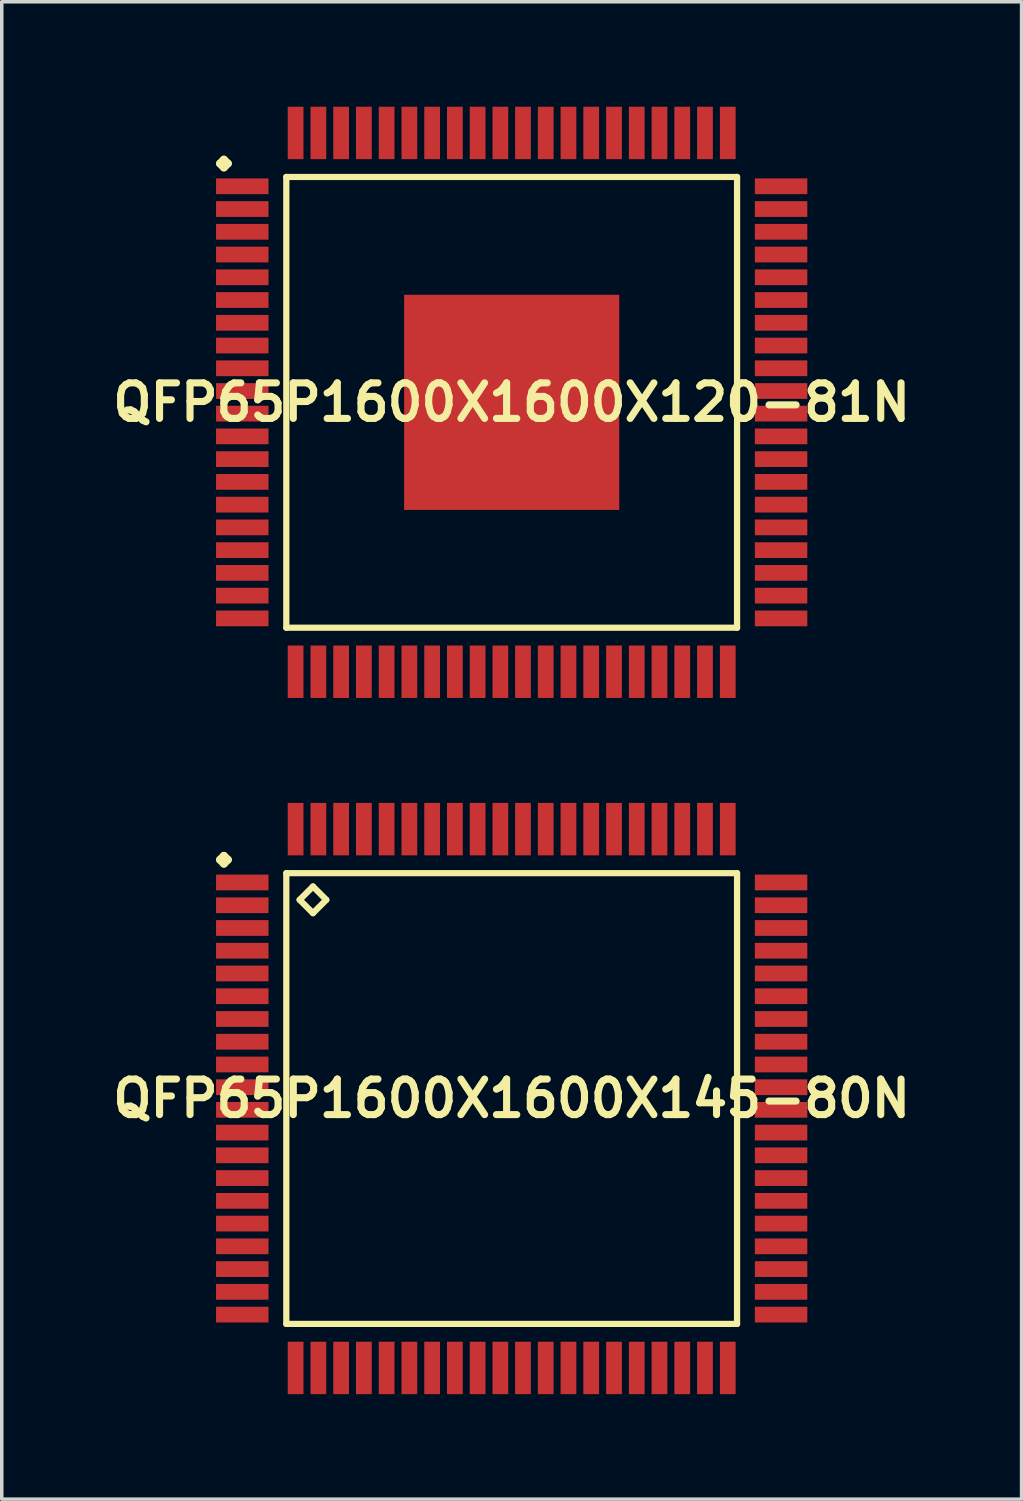
<source format=kicad_pcb>
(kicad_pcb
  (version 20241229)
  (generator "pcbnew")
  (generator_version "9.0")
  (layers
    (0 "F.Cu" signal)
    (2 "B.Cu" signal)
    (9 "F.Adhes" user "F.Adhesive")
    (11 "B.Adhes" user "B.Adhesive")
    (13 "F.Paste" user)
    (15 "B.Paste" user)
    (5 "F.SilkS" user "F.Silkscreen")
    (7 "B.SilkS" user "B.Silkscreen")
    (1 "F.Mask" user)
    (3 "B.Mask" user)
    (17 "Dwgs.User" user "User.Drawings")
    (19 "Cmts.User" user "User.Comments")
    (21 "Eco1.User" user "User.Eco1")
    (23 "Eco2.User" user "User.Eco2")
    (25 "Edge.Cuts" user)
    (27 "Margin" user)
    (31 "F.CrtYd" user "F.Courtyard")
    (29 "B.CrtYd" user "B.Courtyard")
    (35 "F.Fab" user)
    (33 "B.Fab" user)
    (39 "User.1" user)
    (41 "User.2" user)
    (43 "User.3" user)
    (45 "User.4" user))
  (footprint "QFP65P1600X1600X145-80N"
    (layer "F.Cu")
    (at 11.573 28.344)
    (property "Reference" "QFP65P1600X1600X145-80N" (at 0 0 0) (layer "F.SilkS") (effects (font (size 1.016 1.016) (thickness 0.203))))
    (attr smd)
    (fp_line (start -8.336 -6.825) (end -8.225 -6.937) (stroke (width 0.224) (type solid)) (layer "F.SilkS"))
    (fp_line (start -8.225 -6.937) (end -8.11 -6.825) (stroke (width 0.224) (type solid)) (layer "F.SilkS"))
    (fp_line (start -8.225 -6.711) (end -8.336 -6.825) (stroke (width 0.224) (type solid)) (layer "F.SilkS"))
    (fp_line (start -8.11 -6.825) (end -8.225 -6.711) (stroke (width 0.224) (type solid)) (layer "F.SilkS"))
    (fp_line (start -6.441 -6.441) (end -6.441 6.441) (stroke (width 0.178) (type solid)) (layer "F.SilkS"))
    (fp_line (start -6.441 6.441) (end 6.441 6.441) (stroke (width 0.178) (type solid)) (layer "F.SilkS"))
    (fp_line (start -6.06 -5.679) (end -5.679 -6.06) (stroke (width 0.178) (type solid)) (layer "F.SilkS"))
    (fp_line (start -5.679 -6.06) (end -5.298 -5.679) (stroke (width 0.178) (type solid)) (layer "F.SilkS"))
    (fp_line (start -5.679 -5.298) (end -6.06 -5.679) (stroke (width 0.178) (type solid)) (layer "F.SilkS"))
    (fp_line (start -5.298 -5.679) (end -5.679 -5.298) (stroke (width 0.178) (type solid)) (layer "F.SilkS"))
    (fp_line (start 6.441 -6.441) (end -6.441 -6.441) (stroke (width 0.178) (type solid)) (layer "F.SilkS"))
    (fp_line (start 6.441 6.441) (end 6.441 -6.441) (stroke (width 0.178) (type solid)) (layer "F.SilkS"))
    (pad "1" smd rect (at -7.699 -6.175) (size 1.499 0.45) (layers "F.Cu" "F.Mask" "F.Paste"))
    (pad "2" smd rect (at -7.699 -5.524) (size 1.499 0.45) (layers "F.Cu" "F.Mask" "F.Paste"))
    (pad "3" smd rect (at -7.699 -4.874) (size 1.499 0.45) (layers "F.Cu" "F.Mask" "F.Paste"))
    (pad "4" smd rect (at -7.699 -4.224) (size 1.499 0.45) (layers "F.Cu" "F.Mask" "F.Paste"))
    (pad "5" smd rect (at -7.699 -3.574) (size 1.499 0.45) (layers "F.Cu" "F.Mask" "F.Paste"))
    (pad "6" smd rect (at -7.699 -2.924) (size 1.499 0.45) (layers "F.Cu" "F.Mask" "F.Paste"))
    (pad "7" smd rect (at -7.699 -2.273) (size 1.499 0.45) (layers "F.Cu" "F.Mask" "F.Paste"))
    (pad "8" smd rect (at -7.699 -1.623) (size 1.499 0.45) (layers "F.Cu" "F.Mask" "F.Paste"))
    (pad "9" smd rect (at -7.699 -0.973) (size 1.499 0.45) (layers "F.Cu" "F.Mask" "F.Paste"))
    (pad "10" smd rect (at -7.699 -0.323) (size 1.499 0.45) (layers "F.Cu" "F.Mask" "F.Paste"))
    (pad "11" smd rect (at -7.699 0.323) (size 1.499 0.45) (layers "F.Cu" "F.Mask" "F.Paste"))
    (pad "12" smd rect (at -7.699 0.973) (size 1.499 0.45) (layers "F.Cu" "F.Mask" "F.Paste"))
    (pad "13" smd rect (at -7.699 1.623) (size 1.499 0.45) (layers "F.Cu" "F.Mask" "F.Paste"))
    (pad "14" smd rect (at -7.699 2.273) (size 1.499 0.45) (layers "F.Cu" "F.Mask" "F.Paste"))
    (pad "15" smd rect (at -7.699 2.924) (size 1.499 0.45) (layers "F.Cu" "F.Mask" "F.Paste"))
    (pad "16" smd rect (at -7.699 3.574) (size 1.499 0.45) (layers "F.Cu" "F.Mask" "F.Paste"))
    (pad "17" smd rect (at -7.699 4.224) (size 1.499 0.45) (layers "F.Cu" "F.Mask" "F.Paste"))
    (pad "18" smd rect (at -7.699 4.874) (size 1.499 0.45) (layers "F.Cu" "F.Mask" "F.Paste"))
    (pad "19" smd rect (at -7.699 5.524) (size 1.499 0.45) (layers "F.Cu" "F.Mask" "F.Paste"))
    (pad "20" smd rect (at -7.699 6.175) (size 1.499 0.45) (layers "F.Cu" "F.Mask" "F.Paste"))
    (pad "21" smd rect (at -6.175 7.699) (size 0.45 1.499) (layers "F.Cu" "F.Mask" "F.Paste"))
    (pad "22" smd rect (at -5.524 7.699) (size 0.45 1.499) (layers "F.Cu" "F.Mask" "F.Paste"))
    (pad "23" smd rect (at -4.874 7.699) (size 0.45 1.499) (layers "F.Cu" "F.Mask" "F.Paste"))
    (pad "24" smd rect (at -4.224 7.699) (size 0.45 1.499) (layers "F.Cu" "F.Mask" "F.Paste"))
    (pad "25" smd rect (at -3.574 7.699) (size 0.45 1.499) (layers "F.Cu" "F.Mask" "F.Paste"))
    (pad "26" smd rect (at -2.924 7.699) (size 0.45 1.499) (layers "F.Cu" "F.Mask" "F.Paste"))
    (pad "27" smd rect (at -2.273 7.699) (size 0.45 1.499) (layers "F.Cu" "F.Mask" "F.Paste"))
    (pad "28" smd rect (at -1.623 7.699) (size 0.45 1.499) (layers "F.Cu" "F.Mask" "F.Paste"))
    (pad "29" smd rect (at -0.973 7.699) (size 0.45 1.499) (layers "F.Cu" "F.Mask" "F.Paste"))
    (pad "30" smd rect (at -0.323 7.699) (size 0.45 1.499) (layers "F.Cu" "F.Mask" "F.Paste"))
    (pad "31" smd rect (at 0.323 7.699) (size 0.45 1.499) (layers "F.Cu" "F.Mask" "F.Paste"))
    (pad "32" smd rect (at 0.973 7.699) (size 0.45 1.499) (layers "F.Cu" "F.Mask" "F.Paste"))
    (pad "33" smd rect (at 1.623 7.699) (size 0.45 1.499) (layers "F.Cu" "F.Mask" "F.Paste"))
    (pad "34" smd rect (at 2.273 7.699) (size 0.45 1.499) (layers "F.Cu" "F.Mask" "F.Paste"))
    (pad "35" smd rect (at 2.924 7.699) (size 0.45 1.499) (layers "F.Cu" "F.Mask" "F.Paste"))
    (pad "36" smd rect (at 3.574 7.699) (size 0.45 1.499) (layers "F.Cu" "F.Mask" "F.Paste"))
    (pad "37" smd rect (at 4.224 7.699) (size 0.45 1.499) (layers "F.Cu" "F.Mask" "F.Paste"))
    (pad "38" smd rect (at 4.874 7.699) (size 0.45 1.499) (layers "F.Cu" "F.Mask" "F.Paste"))
    (pad "39" smd rect (at 5.524 7.699) (size 0.45 1.499) (layers "F.Cu" "F.Mask" "F.Paste"))
    (pad "40" smd rect (at 6.175 7.699) (size 0.45 1.499) (layers "F.Cu" "F.Mask" "F.Paste"))
    (pad "41" smd rect (at 7.699 6.175) (size 1.499 0.45) (layers "F.Cu" "F.Mask" "F.Paste"))
    (pad "42" smd rect (at 7.699 5.524) (size 1.499 0.45) (layers "F.Cu" "F.Mask" "F.Paste"))
    (pad "43" smd rect (at 7.699 4.874) (size 1.499 0.45) (layers "F.Cu" "F.Mask" "F.Paste"))
    (pad "44" smd rect (at 7.699 4.224) (size 1.499 0.45) (layers "F.Cu" "F.Mask" "F.Paste"))
    (pad "45" smd rect (at 7.699 3.574) (size 1.499 0.45) (layers "F.Cu" "F.Mask" "F.Paste"))
    (pad "46" smd rect (at 7.699 2.924) (size 1.499 0.45) (layers "F.Cu" "F.Mask" "F.Paste"))
    (pad "47" smd rect (at 7.699 2.273) (size 1.499 0.45) (layers "F.Cu" "F.Mask" "F.Paste"))
    (pad "48" smd rect (at 7.699 1.623) (size 1.499 0.45) (layers "F.Cu" "F.Mask" "F.Paste"))
    (pad "49" smd rect (at 7.699 0.973) (size 1.499 0.45) (layers "F.Cu" "F.Mask" "F.Paste"))
    (pad "50" smd rect (at 7.699 0.323) (size 1.499 0.45) (layers "F.Cu" "F.Mask" "F.Paste"))
    (pad "51" smd rect (at 7.699 -0.323) (size 1.499 0.45) (layers "F.Cu" "F.Mask" "F.Paste"))
    (pad "52" smd rect (at 7.699 -0.973) (size 1.499 0.45) (layers "F.Cu" "F.Mask" "F.Paste"))
    (pad "53" smd rect (at 7.699 -1.623) (size 1.499 0.45) (layers "F.Cu" "F.Mask" "F.Paste"))
    (pad "54" smd rect (at 7.699 -2.273) (size 1.499 0.45) (layers "F.Cu" "F.Mask" "F.Paste"))
    (pad "55" smd rect (at 7.699 -2.924) (size 1.499 0.45) (layers "F.Cu" "F.Mask" "F.Paste"))
    (pad "56" smd rect (at 7.699 -3.574) (size 1.499 0.45) (layers "F.Cu" "F.Mask" "F.Paste"))
    (pad "57" smd rect (at 7.699 -4.224) (size 1.499 0.45) (layers "F.Cu" "F.Mask" "F.Paste"))
    (pad "58" smd rect (at 7.699 -4.874) (size 1.499 0.45) (layers "F.Cu" "F.Mask" "F.Paste"))
    (pad "59" smd rect (at 7.699 -5.524) (size 1.499 0.45) (layers "F.Cu" "F.Mask" "F.Paste"))
    (pad "60" smd rect (at 7.699 -6.175) (size 1.499 0.45) (layers "F.Cu" "F.Mask" "F.Paste"))
    (pad "61" smd rect (at 6.175 -7.699) (size 0.45 1.499) (layers "F.Cu" "F.Mask" "F.Paste"))
    (pad "62" smd rect (at 5.524 -7.699) (size 0.45 1.499) (layers "F.Cu" "F.Mask" "F.Paste"))
    (pad "63" smd rect (at 4.874 -7.699) (size 0.45 1.499) (layers "F.Cu" "F.Mask" "F.Paste"))
    (pad "64" smd rect (at 4.224 -7.699) (size 0.45 1.499) (layers "F.Cu" "F.Mask" "F.Paste"))
    (pad "65" smd rect (at 3.574 -7.699) (size 0.45 1.499) (layers "F.Cu" "F.Mask" "F.Paste"))
    (pad "66" smd rect (at 2.924 -7.699) (size 0.45 1.499) (layers "F.Cu" "F.Mask" "F.Paste"))
    (pad "67" smd rect (at 2.273 -7.699) (size 0.45 1.499) (layers "F.Cu" "F.Mask" "F.Paste"))
    (pad "68" smd rect (at 1.623 -7.699) (size 0.45 1.499) (layers "F.Cu" "F.Mask" "F.Paste"))
    (pad "69" smd rect (at 0.973 -7.699) (size 0.45 1.499) (layers "F.Cu" "F.Mask" "F.Paste"))
    (pad "70" smd rect (at 0.323 -7.699) (size 0.45 1.499) (layers "F.Cu" "F.Mask" "F.Paste"))
    (pad "71" smd rect (at -0.323 -7.699) (size 0.45 1.499) (layers "F.Cu" "F.Mask" "F.Paste"))
    (pad "72" smd rect (at -0.973 -7.699) (size 0.45 1.499) (layers "F.Cu" "F.Mask" "F.Paste"))
    (pad "73" smd rect (at -1.623 -7.699) (size 0.45 1.499) (layers "F.Cu" "F.Mask" "F.Paste"))
    (pad "74" smd rect (at -2.273 -7.699) (size 0.45 1.499) (layers "F.Cu" "F.Mask" "F.Paste"))
    (pad "75" smd rect (at -2.924 -7.699) (size 0.45 1.499) (layers "F.Cu" "F.Mask" "F.Paste"))
    (pad "76" smd rect (at -3.574 -7.699) (size 0.45 1.499) (layers "F.Cu" "F.Mask" "F.Paste"))
    (pad "77" smd rect (at -4.224 -7.699) (size 0.45 1.499) (layers "F.Cu" "F.Mask" "F.Paste"))
    (pad "78" smd rect (at -4.874 -7.699) (size 0.45 1.499) (layers "F.Cu" "F.Mask" "F.Paste"))
    (pad "79" smd rect (at -5.524 -7.699) (size 0.45 1.499) (layers "F.Cu" "F.Mask" "F.Paste"))
    (pad "80" smd rect (at -6.175 -7.699) (size 0.45 1.499) (layers "F.Cu" "F.Mask" "F.Paste")))
  (footprint "QFP65P1600X1600X120-81N"
    (layer "F.Cu")
    (at 11.573 8.448)
    (property "Reference" "QFP65P1600X1600X120-81N" (at 0 0 0) (layer "F.SilkS") (effects (font (size 1.016 1.016) (thickness 0.203))))
    (attr smd)
    (fp_line (start -8.336 -6.825) (end -8.225 -6.937) (stroke (width 0.224) (type solid)) (layer "F.SilkS"))
    (fp_line (start -8.225 -6.937) (end -8.11 -6.825) (stroke (width 0.224) (type solid)) (layer "F.SilkS"))
    (fp_line (start -8.225 -6.711) (end -8.336 -6.825) (stroke (width 0.224) (type solid)) (layer "F.SilkS"))
    (fp_line (start -8.11 -6.825) (end -8.225 -6.711) (stroke (width 0.224) (type solid)) (layer "F.SilkS"))
    (fp_line (start -6.441 -6.441) (end -6.441 6.441) (stroke (width 0.178) (type solid)) (layer "F.SilkS"))
    (fp_line (start -6.441 6.441) (end 6.441 6.441) (stroke (width 0.178) (type solid)) (layer "F.SilkS"))
    (fp_line (start 6.441 -6.441) (end -6.441 -6.441) (stroke (width 0.178) (type solid)) (layer "F.SilkS"))
    (fp_line (start 6.441 6.441) (end 6.441 -6.441) (stroke (width 0.178) (type solid)) (layer "F.SilkS"))
    (pad "1" smd rect (at -7.699 -6.175) (size 1.499 0.45) (layers "F.Cu" "F.Mask" "F.Paste"))
    (pad "2" smd rect (at -7.699 -5.524) (size 1.499 0.45) (layers "F.Cu" "F.Mask" "F.Paste"))
    (pad "3" smd rect (at -7.699 -4.874) (size 1.499 0.45) (layers "F.Cu" "F.Mask" "F.Paste"))
    (pad "4" smd rect (at -7.699 -4.224) (size 1.499 0.45) (layers "F.Cu" "F.Mask" "F.Paste"))
    (pad "5" smd rect (at -7.699 -3.574) (size 1.499 0.45) (layers "F.Cu" "F.Mask" "F.Paste"))
    (pad "6" smd rect (at -7.699 -2.924) (size 1.499 0.45) (layers "F.Cu" "F.Mask" "F.Paste"))
    (pad "7" smd rect (at -7.699 -2.273) (size 1.499 0.45) (layers "F.Cu" "F.Mask" "F.Paste"))
    (pad "8" smd rect (at -7.699 -1.623) (size 1.499 0.45) (layers "F.Cu" "F.Mask" "F.Paste"))
    (pad "9" smd rect (at -7.699 -0.973) (size 1.499 0.45) (layers "F.Cu" "F.Mask" "F.Paste"))
    (pad "10" smd rect (at -7.699 -0.323) (size 1.499 0.45) (layers "F.Cu" "F.Mask" "F.Paste"))
    (pad "11" smd rect (at -7.699 0.323) (size 1.499 0.45) (layers "F.Cu" "F.Mask" "F.Paste"))
    (pad "12" smd rect (at -7.699 0.973) (size 1.499 0.45) (layers "F.Cu" "F.Mask" "F.Paste"))
    (pad "13" smd rect (at -7.699 1.623) (size 1.499 0.45) (layers "F.Cu" "F.Mask" "F.Paste"))
    (pad "14" smd rect (at -7.699 2.273) (size 1.499 0.45) (layers "F.Cu" "F.Mask" "F.Paste"))
    (pad "15" smd rect (at -7.699 2.924) (size 1.499 0.45) (layers "F.Cu" "F.Mask" "F.Paste"))
    (pad "16" smd rect (at -7.699 3.574) (size 1.499 0.45) (layers "F.Cu" "F.Mask" "F.Paste"))
    (pad "17" smd rect (at -7.699 4.224) (size 1.499 0.45) (layers "F.Cu" "F.Mask" "F.Paste"))
    (pad "18" smd rect (at -7.699 4.874) (size 1.499 0.45) (layers "F.Cu" "F.Mask" "F.Paste"))
    (pad "19" smd rect (at -7.699 5.524) (size 1.499 0.45) (layers "F.Cu" "F.Mask" "F.Paste"))
    (pad "20" smd rect (at -7.699 6.175) (size 1.499 0.45) (layers "F.Cu" "F.Mask" "F.Paste"))
    (pad "21" smd rect (at -6.175 7.699) (size 0.45 1.499) (layers "F.Cu" "F.Mask" "F.Paste"))
    (pad "22" smd rect (at -5.524 7.699) (size 0.45 1.499) (layers "F.Cu" "F.Mask" "F.Paste"))
    (pad "23" smd rect (at -4.874 7.699) (size 0.45 1.499) (layers "F.Cu" "F.Mask" "F.Paste"))
    (pad "24" smd rect (at -4.224 7.699) (size 0.45 1.499) (layers "F.Cu" "F.Mask" "F.Paste"))
    (pad "25" smd rect (at -3.574 7.699) (size 0.45 1.499) (layers "F.Cu" "F.Mask" "F.Paste"))
    (pad "26" smd rect (at -2.924 7.699) (size 0.45 1.499) (layers "F.Cu" "F.Mask" "F.Paste"))
    (pad "27" smd rect (at -2.273 7.699) (size 0.45 1.499) (layers "F.Cu" "F.Mask" "F.Paste"))
    (pad "28" smd rect (at -1.623 7.699) (size 0.45 1.499) (layers "F.Cu" "F.Mask" "F.Paste"))
    (pad "29" smd rect (at -0.973 7.699) (size 0.45 1.499) (layers "F.Cu" "F.Mask" "F.Paste"))
    (pad "30" smd rect (at -0.323 7.699) (size 0.45 1.499) (layers "F.Cu" "F.Mask" "F.Paste"))
    (pad "31" smd rect (at 0.323 7.699) (size 0.45 1.499) (layers "F.Cu" "F.Mask" "F.Paste"))
    (pad "32" smd rect (at 0.973 7.699) (size 0.45 1.499) (layers "F.Cu" "F.Mask" "F.Paste"))
    (pad "33" smd rect (at 1.623 7.699) (size 0.45 1.499) (layers "F.Cu" "F.Mask" "F.Paste"))
    (pad "34" smd rect (at 2.273 7.699) (size 0.45 1.499) (layers "F.Cu" "F.Mask" "F.Paste"))
    (pad "35" smd rect (at 2.924 7.699) (size 0.45 1.499) (layers "F.Cu" "F.Mask" "F.Paste"))
    (pad "36" smd rect (at 3.574 7.699) (size 0.45 1.499) (layers "F.Cu" "F.Mask" "F.Paste"))
    (pad "37" smd rect (at 4.224 7.699) (size 0.45 1.499) (layers "F.Cu" "F.Mask" "F.Paste"))
    (pad "38" smd rect (at 4.874 7.699) (size 0.45 1.499) (layers "F.Cu" "F.Mask" "F.Paste"))
    (pad "39" smd rect (at 5.524 7.699) (size 0.45 1.499) (layers "F.Cu" "F.Mask" "F.Paste"))
    (pad "40" smd rect (at 6.175 7.699) (size 0.45 1.499) (layers "F.Cu" "F.Mask" "F.Paste"))
    (pad "41" smd rect (at 7.699 6.175) (size 1.499 0.45) (layers "F.Cu" "F.Mask" "F.Paste"))
    (pad "42" smd rect (at 7.699 5.524) (size 1.499 0.45) (layers "F.Cu" "F.Mask" "F.Paste"))
    (pad "43" smd rect (at 7.699 4.874) (size 1.499 0.45) (layers "F.Cu" "F.Mask" "F.Paste"))
    (pad "44" smd rect (at 7.699 4.224) (size 1.499 0.45) (layers "F.Cu" "F.Mask" "F.Paste"))
    (pad "45" smd rect (at 7.699 3.574) (size 1.499 0.45) (layers "F.Cu" "F.Mask" "F.Paste"))
    (pad "46" smd rect (at 7.699 2.924) (size 1.499 0.45) (layers "F.Cu" "F.Mask" "F.Paste"))
    (pad "47" smd rect (at 7.699 2.273) (size 1.499 0.45) (layers "F.Cu" "F.Mask" "F.Paste"))
    (pad "48" smd rect (at 7.699 1.623) (size 1.499 0.45) (layers "F.Cu" "F.Mask" "F.Paste"))
    (pad "49" smd rect (at 7.699 0.973) (size 1.499 0.45) (layers "F.Cu" "F.Mask" "F.Paste"))
    (pad "50" smd rect (at 7.699 0.323) (size 1.499 0.45) (layers "F.Cu" "F.Mask" "F.Paste"))
    (pad "51" smd rect (at 7.699 -0.323) (size 1.499 0.45) (layers "F.Cu" "F.Mask" "F.Paste"))
    (pad "52" smd rect (at 7.699 -0.973) (size 1.499 0.45) (layers "F.Cu" "F.Mask" "F.Paste"))
    (pad "53" smd rect (at 7.699 -1.623) (size 1.499 0.45) (layers "F.Cu" "F.Mask" "F.Paste"))
    (pad "54" smd rect (at 7.699 -2.273) (size 1.499 0.45) (layers "F.Cu" "F.Mask" "F.Paste"))
    (pad "55" smd rect (at 7.699 -2.924) (size 1.499 0.45) (layers "F.Cu" "F.Mask" "F.Paste"))
    (pad "56" smd rect (at 7.699 -3.574) (size 1.499 0.45) (layers "F.Cu" "F.Mask" "F.Paste"))
    (pad "57" smd rect (at 7.699 -4.224) (size 1.499 0.45) (layers "F.Cu" "F.Mask" "F.Paste"))
    (pad "58" smd rect (at 7.699 -4.874) (size 1.499 0.45) (layers "F.Cu" "F.Mask" "F.Paste"))
    (pad "59" smd rect (at 7.699 -5.524) (size 1.499 0.45) (layers "F.Cu" "F.Mask" "F.Paste"))
    (pad "60" smd rect (at 7.699 -6.175) (size 1.499 0.45) (layers "F.Cu" "F.Mask" "F.Paste"))
    (pad "61" smd rect (at 6.175 -7.699) (size 0.45 1.499) (layers "F.Cu" "F.Mask" "F.Paste"))
    (pad "62" smd rect (at 5.524 -7.699) (size 0.45 1.499) (layers "F.Cu" "F.Mask" "F.Paste"))
    (pad "63" smd rect (at 4.874 -7.699) (size 0.45 1.499) (layers "F.Cu" "F.Mask" "F.Paste"))
    (pad "64" smd rect (at 4.224 -7.699) (size 0.45 1.499) (layers "F.Cu" "F.Mask" "F.Paste"))
    (pad "65" smd rect (at 3.574 -7.699) (size 0.45 1.499) (layers "F.Cu" "F.Mask" "F.Paste"))
    (pad "66" smd rect (at 2.924 -7.699) (size 0.45 1.499) (layers "F.Cu" "F.Mask" "F.Paste"))
    (pad "67" smd rect (at 2.273 -7.699) (size 0.45 1.499) (layers "F.Cu" "F.Mask" "F.Paste"))
    (pad "68" smd rect (at 1.623 -7.699) (size 0.45 1.499) (layers "F.Cu" "F.Mask" "F.Paste"))
    (pad "69" smd rect (at 0.973 -7.699) (size 0.45 1.499) (layers "F.Cu" "F.Mask" "F.Paste"))
    (pad "70" smd rect (at 0.323 -7.699) (size 0.45 1.499) (layers "F.Cu" "F.Mask" "F.Paste"))
    (pad "71" smd rect (at -0.323 -7.699) (size 0.45 1.499) (layers "F.Cu" "F.Mask" "F.Paste"))
    (pad "72" smd rect (at -0.973 -7.699) (size 0.45 1.499) (layers "F.Cu" "F.Mask" "F.Paste"))
    (pad "73" smd rect (at -1.623 -7.699) (size 0.45 1.499) (layers "F.Cu" "F.Mask" "F.Paste"))
    (pad "74" smd rect (at -2.273 -7.699) (size 0.45 1.499) (layers "F.Cu" "F.Mask" "F.Paste"))
    (pad "75" smd rect (at -2.924 -7.699) (size 0.45 1.499) (layers "F.Cu" "F.Mask" "F.Paste"))
    (pad "76" smd rect (at -3.574 -7.699) (size 0.45 1.499) (layers "F.Cu" "F.Mask" "F.Paste"))
    (pad "77" smd rect (at -4.224 -7.699) (size 0.45 1.499) (layers "F.Cu" "F.Mask" "F.Paste"))
    (pad "78" smd rect (at -4.874 -7.699) (size 0.45 1.499) (layers "F.Cu" "F.Mask" "F.Paste"))
    (pad "79" smd rect (at -5.524 -7.699) (size 0.45 1.499) (layers "F.Cu" "F.Mask" "F.Paste"))
    (pad "80" smd rect (at -6.175 -7.699) (size 0.45 1.499) (layers "F.Cu" "F.Mask" "F.Paste"))
    (pad "81" smd rect (at 0 0) (size 6.149 6.149) (layers "F.Cu" "F.Mask" "F.Paste")))
  (gr_rect
    (start -3 -3)
    (end 26.145 39.792)
    (stroke (width 0.1) (type default))
    (fill no)
    (layer "Edge.Cuts")))
</source>
